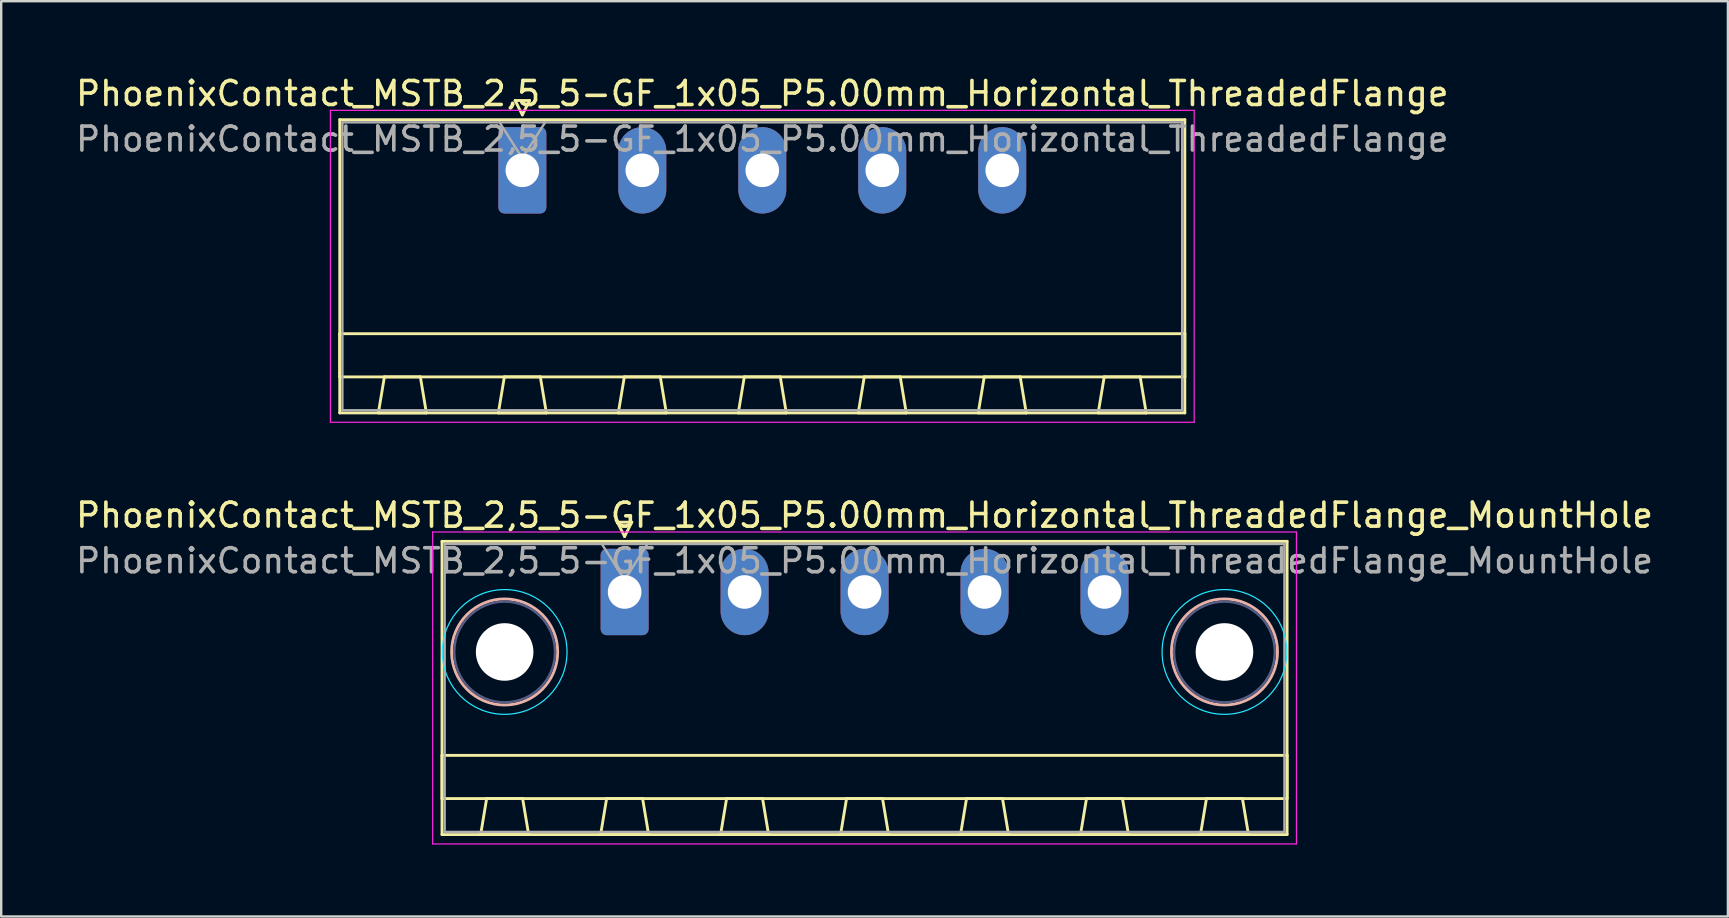
<source format=kicad_pcb>
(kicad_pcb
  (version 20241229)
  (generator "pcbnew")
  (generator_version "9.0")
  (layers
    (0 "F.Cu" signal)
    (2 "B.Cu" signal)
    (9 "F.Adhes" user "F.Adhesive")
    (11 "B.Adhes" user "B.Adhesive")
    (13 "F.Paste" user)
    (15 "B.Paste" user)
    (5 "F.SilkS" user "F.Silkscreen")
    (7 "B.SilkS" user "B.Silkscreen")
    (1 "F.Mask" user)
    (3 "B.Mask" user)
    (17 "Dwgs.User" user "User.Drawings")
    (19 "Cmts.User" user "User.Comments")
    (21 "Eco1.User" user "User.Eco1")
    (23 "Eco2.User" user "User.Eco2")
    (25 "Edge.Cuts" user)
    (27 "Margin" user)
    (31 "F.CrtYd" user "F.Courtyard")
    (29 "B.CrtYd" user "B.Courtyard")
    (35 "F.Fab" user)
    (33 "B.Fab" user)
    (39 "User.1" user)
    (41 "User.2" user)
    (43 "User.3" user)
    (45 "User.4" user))
  (footprint "PhoenixContact_MSTB_2,5_5-GF_1x05_P5.00mm_Horizontal_ThreadedFlange"
    (layer "F.Cu")
    (at 18.72 4.048)
    (property "Reference" "PhoenixContact_MSTB_2,5_5-GF_1x05_P5.00mm_Horizontal_ThreadedFlange" (at 10 -3.2 0) (layer "F.SilkS") (effects (font (size 1 1) (thickness 0.15))))
    (attr through_hole)
    (fp_line (start -7.61 -2.11) (end -7.61 10.11) (stroke (width 0.12) (type solid)) (layer "F.SilkS"))
    (fp_line (start -7.61 6.81) (end 27.61 6.81) (stroke (width 0.12) (type solid)) (layer "F.SilkS"))
    (fp_line (start -7.61 8.61) (end -7.61 6.81) (stroke (width 0.12) (type solid)) (layer "F.SilkS"))
    (fp_line (start -7.61 10.11) (end 27.61 10.11) (stroke (width 0.12) (type solid)) (layer "F.SilkS"))
    (fp_line (start -6 10.11) (end -4 10.11) (stroke (width 0.12) (type solid)) (layer "F.SilkS"))
    (fp_line (start -5.75 8.61) (end -6 10.11) (stroke (width 0.12) (type solid)) (layer "F.SilkS"))
    (fp_line (start -4.25 8.61) (end -5.75 8.61) (stroke (width 0.12) (type solid)) (layer "F.SilkS"))
    (fp_line (start -4 10.11) (end -4.25 8.61) (stroke (width 0.12) (type solid)) (layer "F.SilkS"))
    (fp_line (start -1 10.11) (end 1 10.11) (stroke (width 0.12) (type solid)) (layer "F.SilkS"))
    (fp_line (start -0.75 8.61) (end -1 10.11) (stroke (width 0.12) (type solid)) (layer "F.SilkS"))
    (fp_line (start -0.3 -2.91) (end 0.3 -2.91) (stroke (width 0.12) (type solid)) (layer "F.SilkS"))
    (fp_line (start 0 -2.31) (end -0.3 -2.91) (stroke (width 0.12) (type solid)) (layer "F.SilkS"))
    (fp_line (start 0.3 -2.91) (end 0 -2.31) (stroke (width 0.12) (type solid)) (layer "F.SilkS"))
    (fp_line (start 0.75 8.61) (end -0.75 8.61) (stroke (width 0.12) (type solid)) (layer "F.SilkS"))
    (fp_line (start 1 10.11) (end 0.75 8.61) (stroke (width 0.12) (type solid)) (layer "F.SilkS"))
    (fp_line (start 4 10.11) (end 6 10.11) (stroke (width 0.12) (type solid)) (layer "F.SilkS"))
    (fp_line (start 4.25 8.61) (end 4 10.11) (stroke (width 0.12) (type solid)) (layer "F.SilkS"))
    (fp_line (start 5.75 8.61) (end 4.25 8.61) (stroke (width 0.12) (type solid)) (layer "F.SilkS"))
    (fp_line (start 6 10.11) (end 5.75 8.61) (stroke (width 0.12) (type solid)) (layer "F.SilkS"))
    (fp_line (start 9 10.11) (end 11 10.11) (stroke (width 0.12) (type solid)) (layer "F.SilkS"))
    (fp_line (start 9.25 8.61) (end 9 10.11) (stroke (width 0.12) (type solid)) (layer "F.SilkS"))
    (fp_line (start 10.75 8.61) (end 9.25 8.61) (stroke (width 0.12) (type solid)) (layer "F.SilkS"))
    (fp_line (start 11 10.11) (end 10.75 8.61) (stroke (width 0.12) (type solid)) (layer "F.SilkS"))
    (fp_line (start 14 10.11) (end 16 10.11) (stroke (width 0.12) (type solid)) (layer "F.SilkS"))
    (fp_line (start 14.25 8.61) (end 14 10.11) (stroke (width 0.12) (type solid)) (layer "F.SilkS"))
    (fp_line (start 15.75 8.61) (end 14.25 8.61) (stroke (width 0.12) (type solid)) (layer "F.SilkS"))
    (fp_line (start 16 10.11) (end 15.75 8.61) (stroke (width 0.12) (type solid)) (layer "F.SilkS"))
    (fp_line (start 19 10.11) (end 21 10.11) (stroke (width 0.12) (type solid)) (layer "F.SilkS"))
    (fp_line (start 19.25 8.61) (end 19 10.11) (stroke (width 0.12) (type solid)) (layer "F.SilkS"))
    (fp_line (start 20.75 8.61) (end 19.25 8.61) (stroke (width 0.12) (type solid)) (layer "F.SilkS"))
    (fp_line (start 21 10.11) (end 20.75 8.61) (stroke (width 0.12) (type solid)) (layer "F.SilkS"))
    (fp_line (start 24 10.11) (end 26 10.11) (stroke (width 0.12) (type solid)) (layer "F.SilkS"))
    (fp_line (start 24.25 8.61) (end 24 10.11) (stroke (width 0.12) (type solid)) (layer "F.SilkS"))
    (fp_line (start 25.75 8.61) (end 24.25 8.61) (stroke (width 0.12) (type solid)) (layer "F.SilkS"))
    (fp_line (start 26 10.11) (end 25.75 8.61) (stroke (width 0.12) (type solid)) (layer "F.SilkS"))
    (fp_line (start 27.61 -2.11) (end -7.61 -2.11) (stroke (width 0.12) (type solid)) (layer "F.SilkS"))
    (fp_line (start 27.61 6.81) (end 27.61 8.61) (stroke (width 0.12) (type solid)) (layer "F.SilkS"))
    (fp_line (start 27.61 8.61) (end -7.61 8.61) (stroke (width 0.12) (type solid)) (layer "F.SilkS"))
    (fp_line (start 27.61 10.11) (end 27.61 -2.11) (stroke (width 0.12) (type solid)) (layer "F.SilkS"))
    (fp_line (start -8 -2.5) (end -8 10.5) (stroke (width 0.05) (type solid)) (layer "F.CrtYd"))
    (fp_line (start -8 10.5) (end 28 10.5) (stroke (width 0.05) (type solid)) (layer "F.CrtYd"))
    (fp_line (start 28 -2.5) (end -8 -2.5) (stroke (width 0.05) (type solid)) (layer "F.CrtYd"))
    (fp_line (start 28 10.5) (end 28 -2.5) (stroke (width 0.05) (type solid)) (layer "F.CrtYd"))
    (fp_line (start -7.5 -2) (end -7.5 10) (stroke (width 0.1) (type solid)) (layer "F.Fab"))
    (fp_line (start -7.5 10) (end 27.5 10) (stroke (width 0.1) (type solid)) (layer "F.Fab"))
    (fp_line (start 0 -0.5) (end -0.95 -2) (stroke (width 0.1) (type solid)) (layer "F.Fab"))
    (fp_line (start 0.95 -2) (end 0 -0.5) (stroke (width 0.1) (type solid)) (layer "F.Fab"))
    (fp_line (start 27.5 -2) (end -7.5 -2) (stroke (width 0.1) (type solid)) (layer "F.Fab"))
    (fp_line (start 27.5 10) (end 27.5 -2) (stroke (width 0.1) (type solid)) (layer "F.Fab"))
    (fp_text user "${REFERENCE}" (at 10 -1.3 0) (layer "F.Fab") (effects (font (size 1 1) (thickness 0.15))))
    (pad "1" thru_hole roundrect (at 0 0) (size 2 3.6) (drill 1.4) (layers "*.Cu" "*.Mask") (roundrect_rratio 0.125))
    (pad "2" thru_hole oval (at 5 0) (size 2 3.6) (drill 1.4) (layers "*.Cu" "*.Mask"))
    (pad "3" thru_hole oval (at 10 0) (size 2 3.6) (drill 1.4) (layers "*.Cu" "*.Mask"))
    (pad "4" thru_hole oval (at 15 0) (size 2 3.6) (drill 1.4) (layers "*.Cu" "*.Mask"))
    (pad "5" thru_hole oval (at 20 0) (size 2 3.6) (drill 1.4) (layers "*.Cu" "*.Mask")))
  (footprint "PhoenixContact_MSTB_2,5_5-GF_1x05_P5.00mm_Horizontal_ThreadedFlange_MountHole"
    (layer "F.Cu")
    (at 22.982 21.622)
    (property "Reference" "PhoenixContact_MSTB_2,5_5-GF_1x05_P5.00mm_Horizontal_ThreadedFlange_MountHole" (at 10 -3.2 0) (layer "F.SilkS") (effects (font (size 1 1) (thickness 0.15))))
    (attr through_hole)
    (fp_line (start -7.61 -2.11) (end -7.61 10.11) (stroke (width 0.12) (type solid)) (layer "F.SilkS"))
    (fp_line (start -7.61 6.81) (end 27.61 6.81) (stroke (width 0.12) (type solid)) (layer "F.SilkS"))
    (fp_line (start -7.61 8.61) (end -7.61 6.81) (stroke (width 0.12) (type solid)) (layer "F.SilkS"))
    (fp_line (start -7.61 10.11) (end 27.61 10.11) (stroke (width 0.12) (type solid)) (layer "F.SilkS"))
    (fp_line (start -6 10.11) (end -4 10.11) (stroke (width 0.12) (type solid)) (layer "F.SilkS"))
    (fp_line (start -5.75 8.61) (end -6 10.11) (stroke (width 0.12) (type solid)) (layer "F.SilkS"))
    (fp_line (start -4.25 8.61) (end -5.75 8.61) (stroke (width 0.12) (type solid)) (layer "F.SilkS"))
    (fp_line (start -4 10.11) (end -4.25 8.61) (stroke (width 0.12) (type solid)) (layer "F.SilkS"))
    (fp_line (start -1 10.11) (end 1 10.11) (stroke (width 0.12) (type solid)) (layer "F.SilkS"))
    (fp_line (start -0.75 8.61) (end -1 10.11) (stroke (width 0.12) (type solid)) (layer "F.SilkS"))
    (fp_line (start -0.3 -2.91) (end 0.3 -2.91) (stroke (width 0.12) (type solid)) (layer "F.SilkS"))
    (fp_line (start 0 -2.31) (end -0.3 -2.91) (stroke (width 0.12) (type solid)) (layer "F.SilkS"))
    (fp_line (start 0.3 -2.91) (end 0 -2.31) (stroke (width 0.12) (type solid)) (layer "F.SilkS"))
    (fp_line (start 0.75 8.61) (end -0.75 8.61) (stroke (width 0.12) (type solid)) (layer "F.SilkS"))
    (fp_line (start 1 10.11) (end 0.75 8.61) (stroke (width 0.12) (type solid)) (layer "F.SilkS"))
    (fp_line (start 4 10.11) (end 6 10.11) (stroke (width 0.12) (type solid)) (layer "F.SilkS"))
    (fp_line (start 4.25 8.61) (end 4 10.11) (stroke (width 0.12) (type solid)) (layer "F.SilkS"))
    (fp_line (start 5.75 8.61) (end 4.25 8.61) (stroke (width 0.12) (type solid)) (layer "F.SilkS"))
    (fp_line (start 6 10.11) (end 5.75 8.61) (stroke (width 0.12) (type solid)) (layer "F.SilkS"))
    (fp_line (start 9 10.11) (end 11 10.11) (stroke (width 0.12) (type solid)) (layer "F.SilkS"))
    (fp_line (start 9.25 8.61) (end 9 10.11) (stroke (width 0.12) (type solid)) (layer "F.SilkS"))
    (fp_line (start 10.75 8.61) (end 9.25 8.61) (stroke (width 0.12) (type solid)) (layer "F.SilkS"))
    (fp_line (start 11 10.11) (end 10.75 8.61) (stroke (width 0.12) (type solid)) (layer "F.SilkS"))
    (fp_line (start 14 10.11) (end 16 10.11) (stroke (width 0.12) (type solid)) (layer "F.SilkS"))
    (fp_line (start 14.25 8.61) (end 14 10.11) (stroke (width 0.12) (type solid)) (layer "F.SilkS"))
    (fp_line (start 15.75 8.61) (end 14.25 8.61) (stroke (width 0.12) (type solid)) (layer "F.SilkS"))
    (fp_line (start 16 10.11) (end 15.75 8.61) (stroke (width 0.12) (type solid)) (layer "F.SilkS"))
    (fp_line (start 19 10.11) (end 21 10.11) (stroke (width 0.12) (type solid)) (layer "F.SilkS"))
    (fp_line (start 19.25 8.61) (end 19 10.11) (stroke (width 0.12) (type solid)) (layer "F.SilkS"))
    (fp_line (start 20.75 8.61) (end 19.25 8.61) (stroke (width 0.12) (type solid)) (layer "F.SilkS"))
    (fp_line (start 21 10.11) (end 20.75 8.61) (stroke (width 0.12) (type solid)) (layer "F.SilkS"))
    (fp_line (start 24 10.11) (end 26 10.11) (stroke (width 0.12) (type solid)) (layer "F.SilkS"))
    (fp_line (start 24.25 8.61) (end 24 10.11) (stroke (width 0.12) (type solid)) (layer "F.SilkS"))
    (fp_line (start 25.75 8.61) (end 24.25 8.61) (stroke (width 0.12) (type solid)) (layer "F.SilkS"))
    (fp_line (start 26 10.11) (end 25.75 8.61) (stroke (width 0.12) (type solid)) (layer "F.SilkS"))
    (fp_line (start 27.61 -2.11) (end -7.61 -2.11) (stroke (width 0.12) (type solid)) (layer "F.SilkS"))
    (fp_line (start 27.61 6.81) (end 27.61 8.61) (stroke (width 0.12) (type solid)) (layer "F.SilkS"))
    (fp_line (start 27.61 8.61) (end -7.61 8.61) (stroke (width 0.12) (type solid)) (layer "F.SilkS"))
    (fp_line (start 27.61 10.11) (end 27.61 -2.11) (stroke (width 0.12) (type solid)) (layer "F.SilkS"))
    (fp_circle (center -5 2.5) (end -2.79 2.5) (stroke (width 0.12) (type solid)) (fill no) (layer "B.SilkS"))
    (fp_circle (center 25 2.5) (end 27.21 2.5) (stroke (width 0.12) (type solid)) (fill no) (layer "B.SilkS"))
    (fp_circle (center -5 2.5) (end -2.4 2.5) (stroke (width 0.05) (type solid)) (fill no) (layer "B.CrtYd"))
    (fp_circle (center 25 2.5) (end 27.6 2.5) (stroke (width 0.05) (type solid)) (fill no) (layer "B.CrtYd"))
    (fp_line (start -8 -2.5) (end -8 10.5) (stroke (width 0.05) (type solid)) (layer "F.CrtYd"))
    (fp_line (start -8 10.5) (end 28 10.5) (stroke (width 0.05) (type solid)) (layer "F.CrtYd"))
    (fp_line (start 28 -2.5) (end -8 -2.5) (stroke (width 0.05) (type solid)) (layer "F.CrtYd"))
    (fp_line (start 28 10.5) (end 28 -2.5) (stroke (width 0.05) (type solid)) (layer "F.CrtYd"))
    (fp_circle (center -5 2.5) (end -2.9 2.5) (stroke (width 0.1) (type solid)) (fill no) (layer "B.Fab"))
    (fp_circle (center 25 2.5) (end 27.1 2.5) (stroke (width 0.1) (type solid)) (fill no) (layer "B.Fab"))
    (fp_line (start -7.5 -2) (end -7.5 10) (stroke (width 0.1) (type solid)) (layer "F.Fab"))
    (fp_line (start -7.5 10) (end 27.5 10) (stroke (width 0.1) (type solid)) (layer "F.Fab"))
    (fp_line (start 0 -0.5) (end -0.95 -2) (stroke (width 0.1) (type solid)) (layer "F.Fab"))
    (fp_line (start 0.95 -2) (end 0 -0.5) (stroke (width 0.1) (type solid)) (layer "F.Fab"))
    (fp_line (start 27.5 -2) (end -7.5 -2) (stroke (width 0.1) (type solid)) (layer "F.Fab"))
    (fp_line (start 27.5 10) (end 27.5 -2) (stroke (width 0.1) (type solid)) (layer "F.Fab"))
    (fp_text user "${REFERENCE}" (at 10 -1.3 0) (layer "F.Fab") (effects (font (size 1 1) (thickness 0.15))))
    (pad "" np_thru_hole circle (at -5 2.5) (size 2.4 2.4) (drill 2.4) (layers "*.Cu" "*.Mask"))
    (pad "" np_thru_hole circle (at 25 2.5) (size 2.4 2.4) (drill 2.4) (layers "*.Cu" "*.Mask"))
    (pad "1" thru_hole roundrect (at 0 0) (size 2 3.6) (drill 1.4) (layers "*.Cu" "*.Mask") (roundrect_rratio 0.125))
    (pad "2" thru_hole oval (at 5 0) (size 2 3.6) (drill 1.4) (layers "*.Cu" "*.Mask"))
    (pad "3" thru_hole oval (at 10 0) (size 2 3.6) (drill 1.4) (layers "*.Cu" "*.Mask"))
    (pad "4" thru_hole oval (at 15 0) (size 2 3.6) (drill 1.4) (layers "*.Cu" "*.Mask"))
    (pad "5" thru_hole oval (at 20 0) (size 2 3.6) (drill 1.4) (layers "*.Cu" "*.Mask")))
  (gr_rect
    (start -3 -3)
    (end 68.964 35.147)
    (stroke (width 0.1) (type default))
    (fill no)
    (layer "Edge.Cuts")))
</source>
